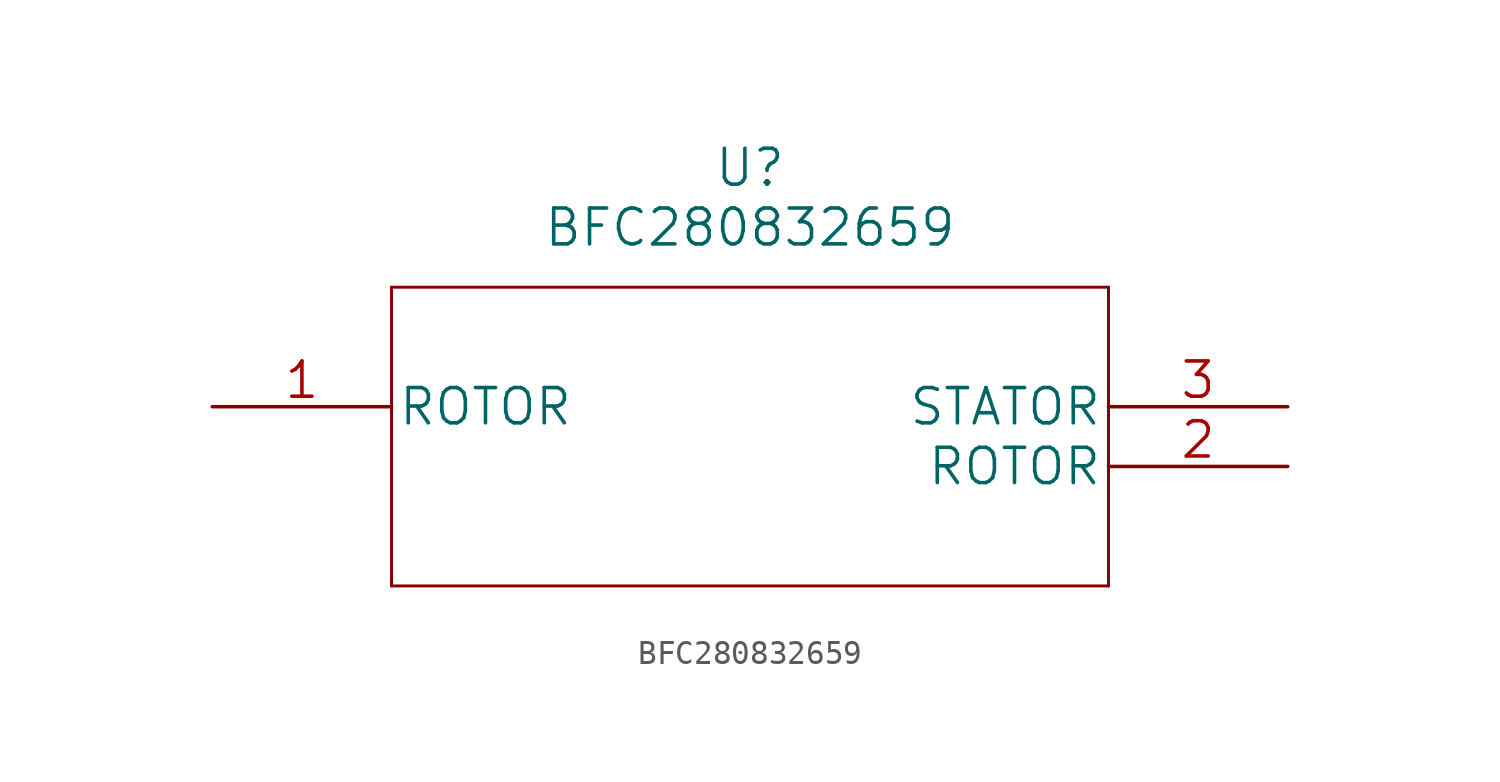
<source format=kicad_sym>
(kicad_symbol_lib
  (version 20211014)
  (generator kicad_symbol_editor)
  (symbol "BFC280832659"
    (pin_names
      (offset 0.254))
    (property "Reference" "U"
      (at 22.86 10.16 0)
      (effects (font (size 1.524 1.524))))
    (property "Value" "BFC280832659"
      (at 22.86 7.62 0)
      (effects (font (size 1.524 1.524))))
    (property "Datasheet" ""
      (at 0 0 0)
      (effects (font (size 1.524 1.524))))
    (property "ki_locked" ""
      (at 0 0 0)
      (effects (font (size 1.27 1.27))))
    (symbol "BFC280832659_1_1"
      (polyline (pts (xy 7.62 -7.62) (xy 38.1 -7.62)) (stroke (width 0.127) (type default) (color 0 0 0 0)) (fill (type none)))
      (polyline (pts (xy 7.62 5.08) (xy 7.62 -7.62)) (stroke (width 0.127) (type default) (color 0 0 0 0)) (fill (type none)))
      (polyline (pts (xy 38.1 -7.62) (xy 38.1 5.08)) (stroke (width 0.127) (type default) (color 0 0 0 0)) (fill (type none)))
      (polyline (pts (xy 38.1 5.08) (xy 7.62 5.08)) (stroke (width 0.127) (type default) (color 0 0 0 0)) (fill (type none)))
      (pin unspecified line (at 0 0 0) (length 7.62) (name "ROTOR" (effects (font (size 1.499 1.499)))) (number "1" (effects (font (size 1.499 1.499)))))
      (pin unspecified line (at 45.72 -2.54 180) (length 7.62) (name "ROTOR" (effects (font (size 1.499 1.499)))) (number "2" (effects (font (size 1.499 1.499)))))
      (pin unspecified line (at 45.72 0 180) (length 7.62) (name "STATOR" (effects (font (size 1.499 1.499)))) (number "3" (effects (font (size 1.499 1.499))))))))
</source>
